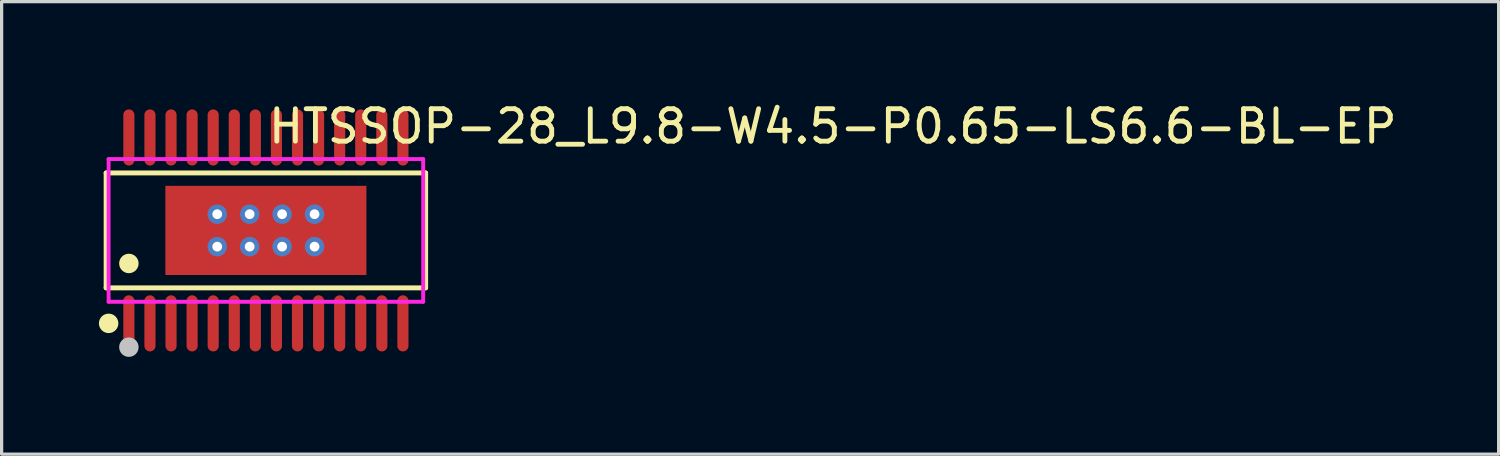
<source format=kicad_pcb>
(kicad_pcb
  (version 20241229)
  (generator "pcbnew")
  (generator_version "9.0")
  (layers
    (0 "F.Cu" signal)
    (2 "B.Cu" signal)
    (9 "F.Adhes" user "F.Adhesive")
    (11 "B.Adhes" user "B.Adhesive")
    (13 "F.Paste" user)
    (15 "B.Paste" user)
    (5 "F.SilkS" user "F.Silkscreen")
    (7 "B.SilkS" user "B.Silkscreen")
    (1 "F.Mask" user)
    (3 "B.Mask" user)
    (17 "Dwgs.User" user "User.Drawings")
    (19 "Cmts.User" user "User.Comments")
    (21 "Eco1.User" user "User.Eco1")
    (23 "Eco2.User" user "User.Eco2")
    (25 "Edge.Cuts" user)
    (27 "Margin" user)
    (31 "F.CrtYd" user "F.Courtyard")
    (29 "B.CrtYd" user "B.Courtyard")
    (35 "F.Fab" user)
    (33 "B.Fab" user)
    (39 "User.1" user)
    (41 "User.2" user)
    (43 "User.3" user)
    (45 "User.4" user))
  (footprint "HTSSOP-28_L9.8-W4.5-P0.65-LS6.6-BL-EP"
    (layer "F.Cu")
    (at 5.149 4.055)
    (property "Reference" "HTSSOP-28_L9.8-W4.5-P0.65-LS6.6-BL-EP" (at 0 -3.207 0) (layer "F.SilkS") (effects (font (size 1 1) (thickness 0.15)) (justify left)))
    (attr through_hole)
    (fp_line (start -4.926 -1.772) (end 4.926 -1.772) (stroke (width 0.152) (type solid)) (layer "F.SilkS"))
    (fp_line (start -4.926 1.771) (end -4.926 -1.772) (stroke (width 0.152) (type solid)) (layer "F.SilkS"))
    (fp_line (start 4.926 -1.772) (end 4.926 1.771) (stroke (width 0.152) (type solid)) (layer "F.SilkS"))
    (fp_line (start 4.926 1.771) (end -4.926 1.771) (stroke (width 0.152) (type solid)) (layer "F.SilkS"))
    (fp_circle (center -4.849 2.866) (end -4.699 2.866) (stroke (width 0.3) (type solid)) (fill no) (layer "F.SilkS"))
    (fp_circle (center -4.225 1.019) (end -4.075 1.019) (stroke (width 0.3) (type solid)) (fill no) (layer "F.SilkS"))
    (fp_circle (center -4.225 3.6) (end -4.075 3.6) (stroke (width 0.3) (type solid)) (fill no) (layer "Dwgs.User"))
    (fp_line (start -4.347 -2.61) (end -4.347 -2.19) (stroke (width 0.12) (type solid)) (layer "Eco2.User"))
    (fp_line (start -4.347 -2.19) (end -4.103 -2.19) (stroke (width 0.12) (type solid)) (layer "Eco2.User"))
    (fp_line (start -4.347 2.19) (end -4.103 2.19) (stroke (width 0.12) (type solid)) (layer "Eco2.User"))
    (fp_line (start -4.347 2.61) (end -4.347 2.19) (stroke (width 0.12) (type solid)) (layer "Eco2.User"))
    (fp_line (start -4.103 -2.61) (end -4.347 -2.61) (stroke (width 0.12) (type solid)) (layer "Eco2.User"))
    (fp_line (start -4.103 -2.19) (end -4.103 -2.61) (stroke (width 0.12) (type solid)) (layer "Eco2.User"))
    (fp_line (start -4.103 2.19) (end -4.103 2.61) (stroke (width 0.12) (type solid)) (layer "Eco2.User"))
    (fp_line (start -4.103 2.61) (end -4.347 2.61) (stroke (width 0.12) (type solid)) (layer "Eco2.User"))
    (fp_line (start -3.698 -2.61) (end -3.698 -2.19) (stroke (width 0.12) (type solid)) (layer "Eco2.User"))
    (fp_line (start -3.698 -2.19) (end -3.452 -2.19) (stroke (width 0.12) (type solid)) (layer "Eco2.User"))
    (fp_line (start -3.698 2.19) (end -3.452 2.19) (stroke (width 0.12) (type solid)) (layer "Eco2.User"))
    (fp_line (start -3.698 2.61) (end -3.698 2.19) (stroke (width 0.12) (type solid)) (layer "Eco2.User"))
    (fp_line (start -3.452 -2.61) (end -3.698 -2.61) (stroke (width 0.12) (type solid)) (layer "Eco2.User"))
    (fp_line (start -3.452 -2.19) (end -3.452 -2.61) (stroke (width 0.12) (type solid)) (layer "Eco2.User"))
    (fp_line (start -3.452 2.19) (end -3.452 2.61) (stroke (width 0.12) (type solid)) (layer "Eco2.User"))
    (fp_line (start -3.452 2.61) (end -3.698 2.61) (stroke (width 0.12) (type solid)) (layer "Eco2.User"))
    (fp_line (start -3.047 -2.61) (end -3.047 -2.19) (stroke (width 0.12) (type solid)) (layer "Eco2.User"))
    (fp_line (start -3.047 -2.19) (end -2.803 -2.19) (stroke (width 0.12) (type solid)) (layer "Eco2.User"))
    (fp_line (start -3.047 2.19) (end -2.803 2.19) (stroke (width 0.12) (type solid)) (layer "Eco2.User"))
    (fp_line (start -3.047 2.61) (end -3.047 2.19) (stroke (width 0.12) (type solid)) (layer "Eco2.User"))
    (fp_line (start -2.803 -2.61) (end -3.047 -2.61) (stroke (width 0.12) (type solid)) (layer "Eco2.User"))
    (fp_line (start -2.803 -2.19) (end -2.803 -2.61) (stroke (width 0.12) (type solid)) (layer "Eco2.User"))
    (fp_line (start -2.803 2.19) (end -2.803 2.61) (stroke (width 0.12) (type solid)) (layer "Eco2.User"))
    (fp_line (start -2.803 2.61) (end -3.047 2.61) (stroke (width 0.12) (type solid)) (layer "Eco2.User"))
    (fp_line (start -2.398 -2.61) (end -2.398 -2.19) (stroke (width 0.12) (type solid)) (layer "Eco2.User"))
    (fp_line (start -2.398 -2.19) (end -2.152 -2.19) (stroke (width 0.12) (type solid)) (layer "Eco2.User"))
    (fp_line (start -2.398 2.19) (end -2.152 2.19) (stroke (width 0.12) (type solid)) (layer "Eco2.User"))
    (fp_line (start -2.398 2.61) (end -2.398 2.19) (stroke (width 0.12) (type solid)) (layer "Eco2.User"))
    (fp_line (start -2.152 -2.61) (end -2.398 -2.61) (stroke (width 0.12) (type solid)) (layer "Eco2.User"))
    (fp_line (start -2.152 -2.19) (end -2.152 -2.61) (stroke (width 0.12) (type solid)) (layer "Eco2.User"))
    (fp_line (start -2.152 2.19) (end -2.152 2.61) (stroke (width 0.12) (type solid)) (layer "Eco2.User"))
    (fp_line (start -2.152 2.61) (end -2.398 2.61) (stroke (width 0.12) (type solid)) (layer "Eco2.User"))
    (fp_line (start -1.747 -2.61) (end -1.747 -2.19) (stroke (width 0.12) (type solid)) (layer "Eco2.User"))
    (fp_line (start -1.747 -2.19) (end -1.503 -2.19) (stroke (width 0.12) (type solid)) (layer "Eco2.User"))
    (fp_line (start -1.747 2.19) (end -1.503 2.19) (stroke (width 0.12) (type solid)) (layer "Eco2.User"))
    (fp_line (start -1.747 2.61) (end -1.747 2.19) (stroke (width 0.12) (type solid)) (layer "Eco2.User"))
    (fp_line (start -1.503 -2.61) (end -1.747 -2.61) (stroke (width 0.12) (type solid)) (layer "Eco2.User"))
    (fp_line (start -1.503 -2.19) (end -1.503 -2.61) (stroke (width 0.12) (type solid)) (layer "Eco2.User"))
    (fp_line (start -1.503 2.19) (end -1.503 2.61) (stroke (width 0.12) (type solid)) (layer "Eco2.User"))
    (fp_line (start -1.503 2.61) (end -1.747 2.61) (stroke (width 0.12) (type solid)) (layer "Eco2.User"))
    (fp_line (start -1.098 -2.61) (end -1.098 -2.19) (stroke (width 0.12) (type solid)) (layer "Eco2.User"))
    (fp_line (start -1.098 -2.19) (end -0.853 -2.19) (stroke (width 0.12) (type solid)) (layer "Eco2.User"))
    (fp_line (start -1.098 2.19) (end -0.853 2.19) (stroke (width 0.12) (type solid)) (layer "Eco2.User"))
    (fp_line (start -1.098 2.61) (end -1.098 2.19) (stroke (width 0.12) (type solid)) (layer "Eco2.User"))
    (fp_line (start -0.853 -2.61) (end -1.098 -2.61) (stroke (width 0.12) (type solid)) (layer "Eco2.User"))
    (fp_line (start -0.853 -2.19) (end -0.853 -2.61) (stroke (width 0.12) (type solid)) (layer "Eco2.User"))
    (fp_line (start -0.853 2.19) (end -0.853 2.61) (stroke (width 0.12) (type solid)) (layer "Eco2.User"))
    (fp_line (start -0.853 2.61) (end -1.098 2.61) (stroke (width 0.12) (type solid)) (layer "Eco2.User"))
    (fp_line (start -0.447 -2.61) (end -0.447 -2.19) (stroke (width 0.12) (type solid)) (layer "Eco2.User"))
    (fp_line (start -0.447 -2.19) (end -0.202 -2.19) (stroke (width 0.12) (type solid)) (layer "Eco2.User"))
    (fp_line (start -0.447 2.19) (end -0.202 2.19) (stroke (width 0.12) (type solid)) (layer "Eco2.User"))
    (fp_line (start -0.447 2.61) (end -0.447 2.19) (stroke (width 0.12) (type solid)) (layer "Eco2.User"))
    (fp_line (start -0.202 -2.61) (end -0.447 -2.61) (stroke (width 0.12) (type solid)) (layer "Eco2.User"))
    (fp_line (start -0.202 -2.19) (end -0.202 -2.61) (stroke (width 0.12) (type solid)) (layer "Eco2.User"))
    (fp_line (start -0.202 2.19) (end -0.202 2.61) (stroke (width 0.12) (type solid)) (layer "Eco2.User"))
    (fp_line (start -0.202 2.61) (end -0.447 2.61) (stroke (width 0.12) (type solid)) (layer "Eco2.User"))
    (fp_line (start 0.202 -2.61) (end 0.202 -2.19) (stroke (width 0.12) (type solid)) (layer "Eco2.User"))
    (fp_line (start 0.202 -2.19) (end 0.447 -2.19) (stroke (width 0.12) (type solid)) (layer "Eco2.User"))
    (fp_line (start 0.202 2.19) (end 0.447 2.19) (stroke (width 0.12) (type solid)) (layer "Eco2.User"))
    (fp_line (start 0.202 2.61) (end 0.202 2.19) (stroke (width 0.12) (type solid)) (layer "Eco2.User"))
    (fp_line (start 0.447 -2.61) (end 0.202 -2.61) (stroke (width 0.12) (type solid)) (layer "Eco2.User"))
    (fp_line (start 0.447 -2.19) (end 0.447 -2.61) (stroke (width 0.12) (type solid)) (layer "Eco2.User"))
    (fp_line (start 0.447 2.19) (end 0.447 2.61) (stroke (width 0.12) (type solid)) (layer "Eco2.User"))
    (fp_line (start 0.447 2.61) (end 0.202 2.61) (stroke (width 0.12) (type solid)) (layer "Eco2.User"))
    (fp_line (start 0.853 -2.61) (end 0.853 -2.19) (stroke (width 0.12) (type solid)) (layer "Eco2.User"))
    (fp_line (start 0.853 -2.19) (end 1.098 -2.19) (stroke (width 0.12) (type solid)) (layer "Eco2.User"))
    (fp_line (start 0.853 2.19) (end 1.098 2.19) (stroke (width 0.12) (type solid)) (layer "Eco2.User"))
    (fp_line (start 0.853 2.61) (end 0.853 2.19) (stroke (width 0.12) (type solid)) (layer "Eco2.User"))
    (fp_line (start 1.098 -2.61) (end 0.853 -2.61) (stroke (width 0.12) (type solid)) (layer "Eco2.User"))
    (fp_line (start 1.098 -2.19) (end 1.098 -2.61) (stroke (width 0.12) (type solid)) (layer "Eco2.User"))
    (fp_line (start 1.098 2.19) (end 1.098 2.61) (stroke (width 0.12) (type solid)) (layer "Eco2.User"))
    (fp_line (start 1.098 2.61) (end 0.853 2.61) (stroke (width 0.12) (type solid)) (layer "Eco2.User"))
    (fp_line (start 1.503 -2.61) (end 1.503 -2.19) (stroke (width 0.12) (type solid)) (layer "Eco2.User"))
    (fp_line (start 1.503 -2.19) (end 1.747 -2.19) (stroke (width 0.12) (type solid)) (layer "Eco2.User"))
    (fp_line (start 1.503 2.19) (end 1.747 2.19) (stroke (width 0.12) (type solid)) (layer "Eco2.User"))
    (fp_line (start 1.503 2.61) (end 1.503 2.19) (stroke (width 0.12) (type solid)) (layer "Eco2.User"))
    (fp_line (start 1.747 -2.61) (end 1.503 -2.61) (stroke (width 0.12) (type solid)) (layer "Eco2.User"))
    (fp_line (start 1.747 -2.19) (end 1.747 -2.61) (stroke (width 0.12) (type solid)) (layer "Eco2.User"))
    (fp_line (start 1.747 2.19) (end 1.747 2.61) (stroke (width 0.12) (type solid)) (layer "Eco2.User"))
    (fp_line (start 1.747 2.61) (end 1.503 2.61) (stroke (width 0.12) (type solid)) (layer "Eco2.User"))
    (fp_line (start 2.152 -2.61) (end 2.152 -2.19) (stroke (width 0.12) (type solid)) (layer "Eco2.User"))
    (fp_line (start 2.152 -2.19) (end 2.398 -2.19) (stroke (width 0.12) (type solid)) (layer "Eco2.User"))
    (fp_line (start 2.152 2.19) (end 2.398 2.19) (stroke (width 0.12) (type solid)) (layer "Eco2.User"))
    (fp_line (start 2.152 2.61) (end 2.152 2.19) (stroke (width 0.12) (type solid)) (layer "Eco2.User"))
    (fp_line (start 2.398 -2.61) (end 2.152 -2.61) (stroke (width 0.12) (type solid)) (layer "Eco2.User"))
    (fp_line (start 2.398 -2.19) (end 2.398 -2.61) (stroke (width 0.12) (type solid)) (layer "Eco2.User"))
    (fp_line (start 2.398 2.19) (end 2.398 2.61) (stroke (width 0.12) (type solid)) (layer "Eco2.User"))
    (fp_line (start 2.398 2.61) (end 2.152 2.61) (stroke (width 0.12) (type solid)) (layer "Eco2.User"))
    (fp_line (start 2.803 -2.61) (end 2.803 -2.19) (stroke (width 0.12) (type solid)) (layer "Eco2.User"))
    (fp_line (start 2.803 -2.19) (end 3.047 -2.19) (stroke (width 0.12) (type solid)) (layer "Eco2.User"))
    (fp_line (start 2.803 2.19) (end 3.047 2.19) (stroke (width 0.12) (type solid)) (layer "Eco2.User"))
    (fp_line (start 2.803 2.61) (end 2.803 2.19) (stroke (width 0.12) (type solid)) (layer "Eco2.User"))
    (fp_line (start 3.047 -2.61) (end 2.803 -2.61) (stroke (width 0.12) (type solid)) (layer "Eco2.User"))
    (fp_line (start 3.047 -2.19) (end 3.047 -2.61) (stroke (width 0.12) (type solid)) (layer "Eco2.User"))
    (fp_line (start 3.047 2.19) (end 3.047 2.61) (stroke (width 0.12) (type solid)) (layer "Eco2.User"))
    (fp_line (start 3.047 2.61) (end 2.803 2.61) (stroke (width 0.12) (type solid)) (layer "Eco2.User"))
    (fp_line (start 3.452 -2.61) (end 3.452 -2.19) (stroke (width 0.12) (type solid)) (layer "Eco2.User"))
    (fp_line (start 3.452 -2.19) (end 3.698 -2.19) (stroke (width 0.12) (type solid)) (layer "Eco2.User"))
    (fp_line (start 3.452 2.19) (end 3.698 2.19) (stroke (width 0.12) (type solid)) (layer "Eco2.User"))
    (fp_line (start 3.452 2.61) (end 3.452 2.19) (stroke (width 0.12) (type solid)) (layer "Eco2.User"))
    (fp_line (start 3.698 -2.61) (end 3.452 -2.61) (stroke (width 0.12) (type solid)) (layer "Eco2.User"))
    (fp_line (start 3.698 -2.19) (end 3.698 -2.61) (stroke (width 0.12) (type solid)) (layer "Eco2.User"))
    (fp_line (start 3.698 2.19) (end 3.698 2.61) (stroke (width 0.12) (type solid)) (layer "Eco2.User"))
    (fp_line (start 3.698 2.61) (end 3.452 2.61) (stroke (width 0.12) (type solid)) (layer "Eco2.User"))
    (fp_line (start 4.103 -2.61) (end 4.103 -2.19) (stroke (width 0.12) (type solid)) (layer "Eco2.User"))
    (fp_line (start 4.103 -2.19) (end 4.347 -2.19) (stroke (width 0.12) (type solid)) (layer "Eco2.User"))
    (fp_line (start 4.103 2.19) (end 4.347 2.19) (stroke (width 0.12) (type solid)) (layer "Eco2.User"))
    (fp_line (start 4.103 2.61) (end 4.103 2.19) (stroke (width 0.12) (type solid)) (layer "Eco2.User"))
    (fp_line (start 4.347 -2.61) (end 4.103 -2.61) (stroke (width 0.12) (type solid)) (layer "Eco2.User"))
    (fp_line (start 4.347 -2.19) (end 4.347 -2.61) (stroke (width 0.12) (type solid)) (layer "Eco2.User"))
    (fp_line (start 4.347 2.19) (end 4.347 2.61) (stroke (width 0.12) (type solid)) (layer "Eco2.User"))
    (fp_line (start 4.347 2.61) (end 4.103 2.61) (stroke (width 0.12) (type solid)) (layer "Eco2.User"))
    (fp_circle (center -4.85 3.2) (end -4.82 3.2) (stroke (width 0.06) (type solid)) (fill no) (layer "Eco2.User"))
    (fp_poly (pts (xy -4.347 -3.2) (xy -4.347 -2.6) (xy -4.103 -2.6) (xy -4.103 -3.2)) (stroke (width 0.12) (type solid)) (fill no) (layer "Eco2.User"))
    (fp_poly (pts (xy -4.347 3.2) (xy -4.347 2.6) (xy -4.103 2.6) (xy -4.103 3.2)) (stroke (width 0.12) (type solid)) (fill no) (layer "Eco2.User"))
    (fp_poly (pts (xy -3.698 -3.2) (xy -3.698 -2.6) (xy -3.452 -2.6) (xy -3.452 -3.2)) (stroke (width 0.12) (type solid)) (fill no) (layer "Eco2.User"))
    (fp_poly (pts (xy -3.698 3.2) (xy -3.698 2.6) (xy -3.452 2.6) (xy -3.452 3.2)) (stroke (width 0.12) (type solid)) (fill no) (layer "Eco2.User"))
    (fp_poly (pts (xy -3.1 1.375) (xy -3.1 -1.375) (xy 3.1 -1.375) (xy 3.1 1.375)) (stroke (width 0.12) (type solid)) (fill no) (layer "Eco2.User"))
    (fp_poly (pts (xy -3.047 -3.2) (xy -3.047 -2.6) (xy -2.803 -2.6) (xy -2.803 -3.2)) (stroke (width 0.12) (type solid)) (fill no) (layer "Eco2.User"))
    (fp_poly (pts (xy -3.047 3.2) (xy -3.047 2.6) (xy -2.803 2.6) (xy -2.803 3.2)) (stroke (width 0.12) (type solid)) (fill no) (layer "Eco2.User"))
    (fp_poly (pts (xy -2.398 -3.2) (xy -2.398 -2.6) (xy -2.152 -2.6) (xy -2.152 -3.2)) (stroke (width 0.12) (type solid)) (fill no) (layer "Eco2.User"))
    (fp_poly (pts (xy -2.398 3.2) (xy -2.398 2.6) (xy -2.152 2.6) (xy -2.152 3.2)) (stroke (width 0.12) (type solid)) (fill no) (layer "Eco2.User"))
    (fp_poly (pts (xy -1.747 -3.2) (xy -1.747 -2.6) (xy -1.503 -2.6) (xy -1.503 -3.2)) (stroke (width 0.12) (type solid)) (fill no) (layer "Eco2.User"))
    (fp_poly (pts (xy -1.747 3.2) (xy -1.747 2.6) (xy -1.503 2.6) (xy -1.503 3.2)) (stroke (width 0.12) (type solid)) (fill no) (layer "Eco2.User"))
    (fp_poly (pts (xy -1.098 -3.2) (xy -1.098 -2.6) (xy -0.853 -2.6) (xy -0.853 -3.2)) (stroke (width 0.12) (type solid)) (fill no) (layer "Eco2.User"))
    (fp_poly (pts (xy -1.098 3.2) (xy -1.098 2.6) (xy -0.853 2.6) (xy -0.853 3.2)) (stroke (width 0.12) (type solid)) (fill no) (layer "Eco2.User"))
    (fp_poly (pts (xy -0.447 -3.2) (xy -0.447 -2.6) (xy -0.202 -2.6) (xy -0.202 -3.2)) (stroke (width 0.12) (type solid)) (fill no) (layer "Eco2.User"))
    (fp_poly (pts (xy -0.447 3.2) (xy -0.447 2.6) (xy -0.202 2.6) (xy -0.202 3.2)) (stroke (width 0.12) (type solid)) (fill no) (layer "Eco2.User"))
    (fp_poly (pts (xy 0.202 -3.2) (xy 0.202 -2.6) (xy 0.447 -2.6) (xy 0.447 -3.2)) (stroke (width 0.12) (type solid)) (fill no) (layer "Eco2.User"))
    (fp_poly (pts (xy 0.202 3.2) (xy 0.202 2.6) (xy 0.447 2.6) (xy 0.447 3.2)) (stroke (width 0.12) (type solid)) (fill no) (layer "Eco2.User"))
    (fp_poly (pts (xy 0.853 -3.2) (xy 0.853 -2.6) (xy 1.098 -2.6) (xy 1.098 -3.2)) (stroke (width 0.12) (type solid)) (fill no) (layer "Eco2.User"))
    (fp_poly (pts (xy 0.853 3.2) (xy 0.853 2.6) (xy 1.098 2.6) (xy 1.098 3.2)) (stroke (width 0.12) (type solid)) (fill no) (layer "Eco2.User"))
    (fp_poly (pts (xy 1.503 -3.2) (xy 1.503 -2.6) (xy 1.747 -2.6) (xy 1.747 -3.2)) (stroke (width 0.12) (type solid)) (fill no) (layer "Eco2.User"))
    (fp_poly (pts (xy 1.503 3.2) (xy 1.503 2.6) (xy 1.747 2.6) (xy 1.747 3.2)) (stroke (width 0.12) (type solid)) (fill no) (layer "Eco2.User"))
    (fp_poly (pts (xy 2.152 -3.2) (xy 2.152 -2.6) (xy 2.398 -2.6) (xy 2.398 -3.2)) (stroke (width 0.12) (type solid)) (fill no) (layer "Eco2.User"))
    (fp_poly (pts (xy 2.152 3.2) (xy 2.152 2.6) (xy 2.398 2.6) (xy 2.398 3.2)) (stroke (width 0.12) (type solid)) (fill no) (layer "Eco2.User"))
    (fp_poly (pts (xy 2.803 -3.2) (xy 2.803 -2.6) (xy 3.047 -2.6) (xy 3.047 -3.2)) (stroke (width 0.12) (type solid)) (fill no) (layer "Eco2.User"))
    (fp_poly (pts (xy 2.803 3.2) (xy 2.803 2.6) (xy 3.047 2.6) (xy 3.047 3.2)) (stroke (width 0.12) (type solid)) (fill no) (layer "Eco2.User"))
    (fp_poly (pts (xy 3.452 -3.2) (xy 3.452 -2.6) (xy 3.698 -2.6) (xy 3.698 -3.2)) (stroke (width 0.12) (type solid)) (fill no) (layer "Eco2.User"))
    (fp_poly (pts (xy 3.452 3.2) (xy 3.452 2.6) (xy 3.698 2.6) (xy 3.698 3.2)) (stroke (width 0.12) (type solid)) (fill no) (layer "Eco2.User"))
    (fp_poly (pts (xy 4.103 -3.2) (xy 4.103 -2.6) (xy 4.347 -2.6) (xy 4.347 -3.2)) (stroke (width 0.12) (type solid)) (fill no) (layer "Eco2.User"))
    (fp_poly (pts (xy 4.103 3.2) (xy 4.103 2.6) (xy 4.347 2.6) (xy 4.347 3.2)) (stroke (width 0.12) (type solid)) (fill no) (layer "Eco2.User"))
    (fp_line (start -4.85 -2.2) (end 4.85 -2.2) (stroke (width 0.12) (type solid)) (layer "F.CrtYd"))
    (fp_line (start -4.85 2.2) (end -4.85 -2.2) (stroke (width 0.12) (type solid)) (layer "F.CrtYd"))
    (fp_line (start 4.85 -2.2) (end 4.85 2.2) (stroke (width 0.12) (type solid)) (layer "F.CrtYd"))
    (fp_line (start 4.85 2.2) (end -4.85 2.2) (stroke (width 0.12) (type solid)) (layer "F.CrtYd"))
    (pad "" thru_hole circle (at -1.5 -0.5) (size 0.6 0.6) (drill 0.3) (layers "*.Cu" "*.Mask"))
    (pad "" thru_hole circle (at -1.5 0.5) (size 0.6 0.6) (drill 0.3) (layers "*.Cu" "*.Mask"))
    (pad "" thru_hole circle (at -0.5 -0.5) (size 0.6 0.6) (drill 0.3) (layers "*.Cu" "*.Mask"))
    (pad "" thru_hole circle (at -0.5 0.5) (size 0.6 0.6) (drill 0.3) (layers "*.Cu" "*.Mask"))
    (pad "" thru_hole circle (at 0.5 -0.5) (size 0.6 0.6) (drill 0.3) (layers "*.Cu" "*.Mask"))
    (pad "" thru_hole circle (at 0.5 0.5) (size 0.6 0.6) (drill 0.3) (layers "*.Cu" "*.Mask"))
    (pad "" thru_hole circle (at 1.5 -0.5) (size 0.6 0.6) (drill 0.3) (layers "*.Cu" "*.Mask"))
    (pad "" thru_hole circle (at 1.5 0.5) (size 0.6 0.6) (drill 0.3) (layers "*.Cu" "*.Mask"))
    (pad "1" smd oval (at -4.225 2.866) (size 0.343 1.731) (layers "F.Cu" "F.Mask" "F.Paste"))
    (pad "2" smd oval (at -3.575 2.866) (size 0.343 1.731) (layers "F.Cu" "F.Mask" "F.Paste"))
    (pad "3" smd oval (at -2.925 2.866) (size 0.343 1.731) (layers "F.Cu" "F.Mask" "F.Paste"))
    (pad "4" smd oval (at -2.275 2.866) (size 0.343 1.731) (layers "F.Cu" "F.Mask" "F.Paste"))
    (pad "5" smd oval (at -1.625 2.866) (size 0.343 1.731) (layers "F.Cu" "F.Mask" "F.Paste"))
    (pad "6" smd oval (at -0.975 2.866) (size 0.343 1.731) (layers "F.Cu" "F.Mask" "F.Paste"))
    (pad "7" smd oval (at -0.325 2.866) (size 0.343 1.731) (layers "F.Cu" "F.Mask" "F.Paste"))
    (pad "8" smd oval (at 0.325 2.866) (size 0.343 1.731) (layers "F.Cu" "F.Mask" "F.Paste"))
    (pad "9" smd oval (at 0.975 2.866) (size 0.343 1.731) (layers "F.Cu" "F.Mask" "F.Paste"))
    (pad "10" smd oval (at 1.625 2.866) (size 0.343 1.731) (layers "F.Cu" "F.Mask" "F.Paste"))
    (pad "11" smd oval (at 2.275 2.866) (size 0.343 1.731) (layers "F.Cu" "F.Mask" "F.Paste"))
    (pad "12" smd oval (at 2.925 2.866) (size 0.343 1.731) (layers "F.Cu" "F.Mask" "F.Paste"))
    (pad "13" smd oval (at 3.575 2.866) (size 0.343 1.731) (layers "F.Cu" "F.Mask" "F.Paste"))
    (pad "14" smd oval (at 4.225 2.866) (size 0.343 1.731) (layers "F.Cu" "F.Mask" "F.Paste"))
    (pad "15" smd oval (at 4.225 -2.866) (size 0.343 1.731) (layers "F.Cu" "F.Mask" "F.Paste"))
    (pad "16" smd oval (at 3.575 -2.866) (size 0.343 1.731) (layers "F.Cu" "F.Mask" "F.Paste"))
    (pad "17" smd oval (at 2.925 -2.866) (size 0.343 1.731) (layers "F.Cu" "F.Mask" "F.Paste"))
    (pad "18" smd oval (at 2.275 -2.866) (size 0.343 1.731) (layers "F.Cu" "F.Mask" "F.Paste"))
    (pad "19" smd oval (at 1.625 -2.866) (size 0.343 1.731) (layers "F.Cu" "F.Mask" "F.Paste"))
    (pad "20" smd oval (at 0.975 -2.866) (size 0.343 1.731) (layers "F.Cu" "F.Mask" "F.Paste"))
    (pad "21" smd oval (at 0.325 -2.866) (size 0.343 1.731) (layers "F.Cu" "F.Mask" "F.Paste"))
    (pad "22" smd oval (at -0.325 -2.866) (size 0.343 1.731) (layers "F.Cu" "F.Mask" "F.Paste"))
    (pad "23" smd oval (at -0.975 -2.866) (size 0.343 1.731) (layers "F.Cu" "F.Mask" "F.Paste"))
    (pad "24" smd oval (at -1.625 -2.866) (size 0.343 1.731) (layers "F.Cu" "F.Mask" "F.Paste"))
    (pad "25" smd oval (at -2.275 -2.866) (size 0.343 1.731) (layers "F.Cu" "F.Mask" "F.Paste"))
    (pad "26" smd oval (at -2.925 -2.866) (size 0.343 1.731) (layers "F.Cu" "F.Mask" "F.Paste"))
    (pad "27" smd oval (at -3.575 -2.866) (size 0.343 1.731) (layers "F.Cu" "F.Mask" "F.Paste"))
    (pad "28" smd oval (at -4.225 -2.866) (size 0.343 1.731) (layers "F.Cu" "F.Mask" "F.Paste"))
    (pad "29" smd rect (at 0 0) (size 6.2 2.75) (layers "F.Cu" "F.Mask" "F.Paste")))
  (gr_rect
    (start -3 -3)
    (end 43.161 10.955)
    (stroke (width 0.1) (type default))
    (fill no)
    (layer "Edge.Cuts")))
</source>
